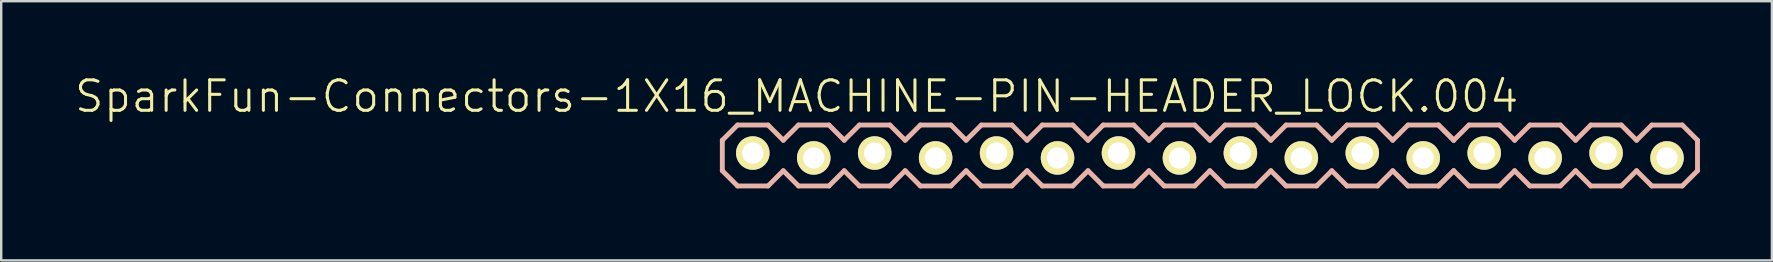
<source format=kicad_pcb>
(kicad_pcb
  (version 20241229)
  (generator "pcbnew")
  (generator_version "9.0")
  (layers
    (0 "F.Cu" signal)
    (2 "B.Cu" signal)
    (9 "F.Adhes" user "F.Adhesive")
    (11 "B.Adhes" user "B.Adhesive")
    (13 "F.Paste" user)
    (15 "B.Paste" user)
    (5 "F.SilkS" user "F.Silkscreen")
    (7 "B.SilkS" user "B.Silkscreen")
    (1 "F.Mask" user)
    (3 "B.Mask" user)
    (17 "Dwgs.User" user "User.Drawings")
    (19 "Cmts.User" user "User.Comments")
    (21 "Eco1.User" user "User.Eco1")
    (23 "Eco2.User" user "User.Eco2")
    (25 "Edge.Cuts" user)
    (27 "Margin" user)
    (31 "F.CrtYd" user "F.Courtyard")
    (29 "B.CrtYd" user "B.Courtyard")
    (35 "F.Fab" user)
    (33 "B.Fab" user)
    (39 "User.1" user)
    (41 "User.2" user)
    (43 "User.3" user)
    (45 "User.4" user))
  (footprint "SparkFun-Connectors-1X16_MACHINE-PIN-HEADER_LOCK.004"
    (layer "F.Cu")
    (at 28.322 3.43)
    (property "Reference" "SparkFun-Connectors-1X16_MACHINE-PIN-HEADER_LOCK.004" (at 1.829 -2.464 0) (layer "F.SilkS") (effects (font (size 1.27 1.27) (thickness 0.127))))
    (attr exclude_from_pos_files exclude_from_bom)
    (fp_circle (center 0 0) (end -0.165 0.165) (stroke (width 0.013) (type solid)) (fill no) (layer "F.SilkS"))
    (fp_circle (center 2.54 0) (end 2.705 0.165) (stroke (width 0.013) (type solid)) (fill no) (layer "F.SilkS"))
    (fp_circle (center 5.08 0) (end 5.245 0.165) (stroke (width 0.013) (type solid)) (fill no) (layer "F.SilkS"))
    (fp_circle (center 7.62 0) (end 7.785 0.165) (stroke (width 0.013) (type solid)) (fill no) (layer "F.SilkS"))
    (fp_circle (center 10.16 0) (end 10.325 0.165) (stroke (width 0.013) (type solid)) (fill no) (layer "F.SilkS"))
    (fp_circle (center 12.7 0) (end 12.865 0.165) (stroke (width 0.013) (type solid)) (fill no) (layer "F.SilkS"))
    (fp_circle (center 15.24 0) (end 15.405 0.165) (stroke (width 0.013) (type solid)) (fill no) (layer "F.SilkS"))
    (fp_circle (center 17.78 0) (end 17.945 0.165) (stroke (width 0.013) (type solid)) (fill no) (layer "F.SilkS"))
    (fp_circle (center 20.32 0) (end 20.485 0.165) (stroke (width 0.013) (type solid)) (fill no) (layer "F.SilkS"))
    (fp_circle (center 22.86 0) (end 23.025 0.165) (stroke (width 0.013) (type solid)) (fill no) (layer "F.SilkS"))
    (fp_circle (center 25.4 0) (end 25.565 0.165) (stroke (width 0.013) (type solid)) (fill no) (layer "F.SilkS"))
    (fp_circle (center 27.94 0) (end 28.105 0.165) (stroke (width 0.013) (type solid)) (fill no) (layer "F.SilkS"))
    (fp_circle (center 30.48 0) (end 30.645 0.165) (stroke (width 0.013) (type solid)) (fill no) (layer "F.SilkS"))
    (fp_circle (center 33.02 0) (end 33.185 0.165) (stroke (width 0.013) (type solid)) (fill no) (layer "F.SilkS"))
    (fp_circle (center 35.56 0) (end 35.725 0.165) (stroke (width 0.013) (type solid)) (fill no) (layer "F.SilkS"))
    (fp_circle (center 38.1 0) (end 38.265 0.165) (stroke (width 0.013) (type solid)) (fill no) (layer "F.SilkS"))
    (fp_line (start -1.27 -0.635) (end -1.27 0.635) (stroke (width 0.203) (type solid)) (layer "B.SilkS"))
    (fp_line (start -1.27 0.635) (end -0.635 1.27) (stroke (width 0.203) (type solid)) (layer "B.SilkS"))
    (fp_line (start -0.635 -1.27) (end -1.27 -0.635) (stroke (width 0.203) (type solid)) (layer "B.SilkS"))
    (fp_line (start -0.635 -1.27) (end 0.635 -1.27) (stroke (width 0.203) (type solid)) (layer "B.SilkS"))
    (fp_line (start 0.635 -1.27) (end 1.27 -0.635) (stroke (width 0.203) (type solid)) (layer "B.SilkS"))
    (fp_line (start 0.635 1.27) (end -0.635 1.27) (stroke (width 0.203) (type solid)) (layer "B.SilkS"))
    (fp_line (start 1.27 -0.635) (end 1.905 -1.27) (stroke (width 0.203) (type solid)) (layer "B.SilkS"))
    (fp_line (start 1.27 0.635) (end 0.635 1.27) (stroke (width 0.203) (type solid)) (layer "B.SilkS"))
    (fp_line (start 1.905 -1.27) (end 3.175 -1.27) (stroke (width 0.203) (type solid)) (layer "B.SilkS"))
    (fp_line (start 1.905 1.27) (end 1.27 0.635) (stroke (width 0.203) (type solid)) (layer "B.SilkS"))
    (fp_line (start 3.175 -1.27) (end 3.81 -0.635) (stroke (width 0.203) (type solid)) (layer "B.SilkS"))
    (fp_line (start 3.175 1.27) (end 1.905 1.27) (stroke (width 0.203) (type solid)) (layer "B.SilkS"))
    (fp_line (start 3.81 -0.635) (end 4.445 -1.27) (stroke (width 0.203) (type solid)) (layer "B.SilkS"))
    (fp_line (start 3.81 0.635) (end 3.175 1.27) (stroke (width 0.203) (type solid)) (layer "B.SilkS"))
    (fp_line (start 4.445 -1.27) (end 5.715 -1.27) (stroke (width 0.203) (type solid)) (layer "B.SilkS"))
    (fp_line (start 4.445 1.27) (end 3.81 0.635) (stroke (width 0.203) (type solid)) (layer "B.SilkS"))
    (fp_line (start 5.715 -1.27) (end 6.35 -0.635) (stroke (width 0.203) (type solid)) (layer "B.SilkS"))
    (fp_line (start 5.715 1.27) (end 4.445 1.27) (stroke (width 0.203) (type solid)) (layer "B.SilkS"))
    (fp_line (start 6.35 0.635) (end 5.715 1.27) (stroke (width 0.203) (type solid)) (layer "B.SilkS"))
    (fp_line (start 6.35 0.635) (end 6.985 1.27) (stroke (width 0.203) (type solid)) (layer "B.SilkS"))
    (fp_line (start 6.985 -1.27) (end 6.35 -0.635) (stroke (width 0.203) (type solid)) (layer "B.SilkS"))
    (fp_line (start 6.985 -1.27) (end 8.255 -1.27) (stroke (width 0.203) (type solid)) (layer "B.SilkS"))
    (fp_line (start 8.255 -1.27) (end 8.89 -0.635) (stroke (width 0.203) (type solid)) (layer "B.SilkS"))
    (fp_line (start 8.255 1.27) (end 6.985 1.27) (stroke (width 0.203) (type solid)) (layer "B.SilkS"))
    (fp_line (start 8.89 -0.635) (end 9.525 -1.27) (stroke (width 0.203) (type solid)) (layer "B.SilkS"))
    (fp_line (start 8.89 0.635) (end 8.255 1.27) (stroke (width 0.203) (type solid)) (layer "B.SilkS"))
    (fp_line (start 9.525 -1.27) (end 10.795 -1.27) (stroke (width 0.203) (type solid)) (layer "B.SilkS"))
    (fp_line (start 9.525 1.27) (end 8.89 0.635) (stroke (width 0.203) (type solid)) (layer "B.SilkS"))
    (fp_line (start 10.795 -1.27) (end 11.43 -0.635) (stroke (width 0.203) (type solid)) (layer "B.SilkS"))
    (fp_line (start 10.795 1.27) (end 9.525 1.27) (stroke (width 0.203) (type solid)) (layer "B.SilkS"))
    (fp_line (start 11.43 -0.635) (end 12.065 -1.27) (stroke (width 0.203) (type solid)) (layer "B.SilkS"))
    (fp_line (start 11.43 0.635) (end 10.795 1.27) (stroke (width 0.203) (type solid)) (layer "B.SilkS"))
    (fp_line (start 12.065 -1.27) (end 13.335 -1.27) (stroke (width 0.203) (type solid)) (layer "B.SilkS"))
    (fp_line (start 12.065 1.27) (end 11.43 0.635) (stroke (width 0.203) (type solid)) (layer "B.SilkS"))
    (fp_line (start 13.335 -1.27) (end 13.97 -0.635) (stroke (width 0.203) (type solid)) (layer "B.SilkS"))
    (fp_line (start 13.335 1.27) (end 12.065 1.27) (stroke (width 0.203) (type solid)) (layer "B.SilkS"))
    (fp_line (start 13.97 0.635) (end 13.335 1.27) (stroke (width 0.203) (type solid)) (layer "B.SilkS"))
    (fp_line (start 13.97 0.635) (end 14.605 1.27) (stroke (width 0.203) (type solid)) (layer "B.SilkS"))
    (fp_line (start 14.605 -1.27) (end 13.97 -0.635) (stroke (width 0.203) (type solid)) (layer "B.SilkS"))
    (fp_line (start 14.605 -1.27) (end 15.875 -1.27) (stroke (width 0.203) (type solid)) (layer "B.SilkS"))
    (fp_line (start 15.875 -1.27) (end 16.51 -0.635) (stroke (width 0.203) (type solid)) (layer "B.SilkS"))
    (fp_line (start 15.875 1.27) (end 14.605 1.27) (stroke (width 0.203) (type solid)) (layer "B.SilkS"))
    (fp_line (start 16.51 -0.635) (end 17.145 -1.27) (stroke (width 0.203) (type solid)) (layer "B.SilkS"))
    (fp_line (start 16.51 0.635) (end 15.875 1.27) (stroke (width 0.203) (type solid)) (layer "B.SilkS"))
    (fp_line (start 17.145 -1.27) (end 18.415 -1.27) (stroke (width 0.203) (type solid)) (layer "B.SilkS"))
    (fp_line (start 17.145 1.27) (end 16.51 0.635) (stroke (width 0.203) (type solid)) (layer "B.SilkS"))
    (fp_line (start 18.415 -1.27) (end 19.05 -0.635) (stroke (width 0.203) (type solid)) (layer "B.SilkS"))
    (fp_line (start 18.415 1.27) (end 17.145 1.27) (stroke (width 0.203) (type solid)) (layer "B.SilkS"))
    (fp_line (start 19.05 -0.635) (end 19.685 -1.27) (stroke (width 0.203) (type solid)) (layer "B.SilkS"))
    (fp_line (start 19.05 0.635) (end 18.415 1.27) (stroke (width 0.203) (type solid)) (layer "B.SilkS"))
    (fp_line (start 19.685 -1.27) (end 20.955 -1.27) (stroke (width 0.203) (type solid)) (layer "B.SilkS"))
    (fp_line (start 19.685 1.27) (end 19.05 0.635) (stroke (width 0.203) (type solid)) (layer "B.SilkS"))
    (fp_line (start 20.955 -1.27) (end 21.59 -0.635) (stroke (width 0.203) (type solid)) (layer "B.SilkS"))
    (fp_line (start 20.955 1.27) (end 19.685 1.27) (stroke (width 0.203) (type solid)) (layer "B.SilkS"))
    (fp_line (start 21.59 0.635) (end 20.955 1.27) (stroke (width 0.203) (type solid)) (layer "B.SilkS"))
    (fp_line (start 21.59 0.635) (end 22.225 1.27) (stroke (width 0.203) (type solid)) (layer "B.SilkS"))
    (fp_line (start 22.225 -1.27) (end 21.59 -0.635) (stroke (width 0.203) (type solid)) (layer "B.SilkS"))
    (fp_line (start 22.225 -1.27) (end 23.495 -1.27) (stroke (width 0.203) (type solid)) (layer "B.SilkS"))
    (fp_line (start 23.495 -1.27) (end 24.13 -0.635) (stroke (width 0.203) (type solid)) (layer "B.SilkS"))
    (fp_line (start 23.495 1.27) (end 22.225 1.27) (stroke (width 0.203) (type solid)) (layer "B.SilkS"))
    (fp_line (start 24.13 -0.635) (end 24.765 -1.27) (stroke (width 0.203) (type solid)) (layer "B.SilkS"))
    (fp_line (start 24.13 0.635) (end 23.495 1.27) (stroke (width 0.203) (type solid)) (layer "B.SilkS"))
    (fp_line (start 24.765 -1.27) (end 26.035 -1.27) (stroke (width 0.203) (type solid)) (layer "B.SilkS"))
    (fp_line (start 24.765 1.27) (end 24.13 0.635) (stroke (width 0.203) (type solid)) (layer "B.SilkS"))
    (fp_line (start 26.035 -1.27) (end 26.67 -0.635) (stroke (width 0.203) (type solid)) (layer "B.SilkS"))
    (fp_line (start 26.035 1.27) (end 24.765 1.27) (stroke (width 0.203) (type solid)) (layer "B.SilkS"))
    (fp_line (start 26.67 -0.635) (end 27.305 -1.27) (stroke (width 0.203) (type solid)) (layer "B.SilkS"))
    (fp_line (start 26.67 0.635) (end 26.035 1.27) (stroke (width 0.203) (type solid)) (layer "B.SilkS"))
    (fp_line (start 27.305 -1.27) (end 28.575 -1.27) (stroke (width 0.203) (type solid)) (layer "B.SilkS"))
    (fp_line (start 27.305 1.27) (end 26.67 0.635) (stroke (width 0.203) (type solid)) (layer "B.SilkS"))
    (fp_line (start 28.575 -1.27) (end 29.21 -0.635) (stroke (width 0.203) (type solid)) (layer "B.SilkS"))
    (fp_line (start 28.575 -1.27) (end 29.21 -0.635) (stroke (width 0.203) (type solid)) (layer "B.SilkS"))
    (fp_line (start 28.575 1.27) (end 27.305 1.27) (stroke (width 0.203) (type solid)) (layer "B.SilkS"))
    (fp_line (start 29.21 -0.635) (end 29.845 -1.27) (stroke (width 0.203) (type solid)) (layer "B.SilkS"))
    (fp_line (start 29.21 0.635) (end 28.575 1.27) (stroke (width 0.203) (type solid)) (layer "B.SilkS"))
    (fp_line (start 29.21 0.635) (end 28.575 1.27) (stroke (width 0.203) (type solid)) (layer "B.SilkS"))
    (fp_line (start 29.845 -1.27) (end 31.115 -1.27) (stroke (width 0.203) (type solid)) (layer "B.SilkS"))
    (fp_line (start 29.845 1.27) (end 29.21 0.635) (stroke (width 0.203) (type solid)) (layer "B.SilkS"))
    (fp_line (start 31.115 -1.27) (end 31.75 -0.635) (stroke (width 0.203) (type solid)) (layer "B.SilkS"))
    (fp_line (start 31.115 1.27) (end 29.845 1.27) (stroke (width 0.203) (type solid)) (layer "B.SilkS"))
    (fp_line (start 31.75 0.635) (end 31.115 1.27) (stroke (width 0.203) (type solid)) (layer "B.SilkS"))
    (fp_line (start 31.75 0.635) (end 32.385 1.27) (stroke (width 0.203) (type solid)) (layer "B.SilkS"))
    (fp_line (start 32.385 -1.27) (end 31.75 -0.635) (stroke (width 0.203) (type solid)) (layer "B.SilkS"))
    (fp_line (start 32.385 -1.27) (end 33.655 -1.27) (stroke (width 0.203) (type solid)) (layer "B.SilkS"))
    (fp_line (start 33.655 -1.27) (end 34.29 -0.635) (stroke (width 0.203) (type solid)) (layer "B.SilkS"))
    (fp_line (start 33.655 1.27) (end 32.385 1.27) (stroke (width 0.203) (type solid)) (layer "B.SilkS"))
    (fp_line (start 34.29 -0.635) (end 34.925 -1.27) (stroke (width 0.203) (type solid)) (layer "B.SilkS"))
    (fp_line (start 34.29 0.635) (end 33.655 1.27) (stroke (width 0.203) (type solid)) (layer "B.SilkS"))
    (fp_line (start 34.925 -1.27) (end 36.195 -1.27) (stroke (width 0.203) (type solid)) (layer "B.SilkS"))
    (fp_line (start 34.925 1.27) (end 34.29 0.635) (stroke (width 0.203) (type solid)) (layer "B.SilkS"))
    (fp_line (start 36.195 -1.27) (end 36.83 -0.635) (stroke (width 0.203) (type solid)) (layer "B.SilkS"))
    (fp_line (start 36.195 1.27) (end 34.925 1.27) (stroke (width 0.203) (type solid)) (layer "B.SilkS"))
    (fp_line (start 36.83 -0.635) (end 37.465 -1.27) (stroke (width 0.203) (type solid)) (layer "B.SilkS"))
    (fp_line (start 36.83 0.635) (end 36.195 1.27) (stroke (width 0.203) (type solid)) (layer "B.SilkS"))
    (fp_line (start 37.465 -1.27) (end 38.735 -1.27) (stroke (width 0.203) (type solid)) (layer "B.SilkS"))
    (fp_line (start 37.465 1.27) (end 36.83 0.635) (stroke (width 0.203) (type solid)) (layer "B.SilkS"))
    (fp_line (start 38.735 -1.27) (end 39.37 -0.635) (stroke (width 0.203) (type solid)) (layer "B.SilkS"))
    (fp_line (start 38.735 1.27) (end 37.465 1.27) (stroke (width 0.203) (type solid)) (layer "B.SilkS"))
    (fp_line (start 39.37 -0.635) (end 39.37 0.635) (stroke (width 0.203) (type solid)) (layer "B.SilkS"))
    (fp_line (start 39.37 0.635) (end 38.735 1.27) (stroke (width 0.203) (type solid)) (layer "B.SilkS"))
    (pad "1" thru_hole circle (at 0 -0.102) (size 1.397 1.397) (drill 0.889) (layers "*.Cu" "F.Mask" "F.SilkS" "F.Paste"))
    (pad "2" thru_hole circle (at 2.54 0.102) (size 1.397 1.397) (drill 0.889) (layers "*.Cu" "F.Mask" "F.SilkS" "F.Paste"))
    (pad "3" thru_hole circle (at 5.08 -0.102) (size 1.397 1.397) (drill 0.889) (layers "*.Cu" "F.Mask" "F.SilkS" "F.Paste"))
    (pad "4" thru_hole circle (at 7.62 0.102) (size 1.397 1.397) (drill 0.889) (layers "*.Cu" "F.Mask" "F.SilkS" "F.Paste"))
    (pad "5" thru_hole circle (at 10.16 -0.102) (size 1.397 1.397) (drill 0.889) (layers "*.Cu" "F.Mask" "F.SilkS" "F.Paste"))
    (pad "6" thru_hole circle (at 12.7 0.102) (size 1.397 1.397) (drill 0.889) (layers "*.Cu" "F.Mask" "F.SilkS" "F.Paste"))
    (pad "7" thru_hole circle (at 15.24 -0.102) (size 1.397 1.397) (drill 0.889) (layers "*.Cu" "F.Mask" "F.SilkS" "F.Paste"))
    (pad "8" thru_hole circle (at 17.78 0.102) (size 1.397 1.397) (drill 0.889) (layers "*.Cu" "F.Mask" "F.SilkS" "F.Paste"))
    (pad "9" thru_hole circle (at 20.32 -0.102) (size 1.397 1.397) (drill 0.889) (layers "*.Cu" "F.Mask" "F.SilkS" "F.Paste"))
    (pad "10" thru_hole circle (at 22.86 0.102) (size 1.397 1.397) (drill 0.889) (layers "*.Cu" "F.Mask" "F.SilkS" "F.Paste"))
    (pad "11" thru_hole circle (at 25.4 -0.102) (size 1.397 1.397) (drill 0.889) (layers "*.Cu" "F.Mask" "F.SilkS" "F.Paste"))
    (pad "12" thru_hole circle (at 27.94 0.102) (size 1.397 1.397) (drill 0.889) (layers "*.Cu" "F.Mask" "F.SilkS" "F.Paste"))
    (pad "13" thru_hole circle (at 30.48 -0.102) (size 1.397 1.397) (drill 0.889) (layers "*.Cu" "F.Mask" "F.SilkS" "F.Paste"))
    (pad "14" thru_hole circle (at 33.02 0.102) (size 1.397 1.397) (drill 0.889) (layers "*.Cu" "F.Mask" "F.SilkS" "F.Paste"))
    (pad "15" thru_hole circle (at 35.56 -0.102) (size 1.397 1.397) (drill 0.889) (layers "*.Cu" "F.Mask" "F.SilkS" "F.Paste"))
    (pad "16" thru_hole circle (at 38.1 0.102) (size 1.397 1.397) (drill 0.889) (layers "*.Cu" "F.Mask" "F.SilkS" "F.Paste")))
  (gr_rect
    (start -3 -3)
    (end 70.793 7.801)
    (stroke (width 0.1) (type default))
    (fill no)
    (layer "Edge.Cuts")))
</source>
